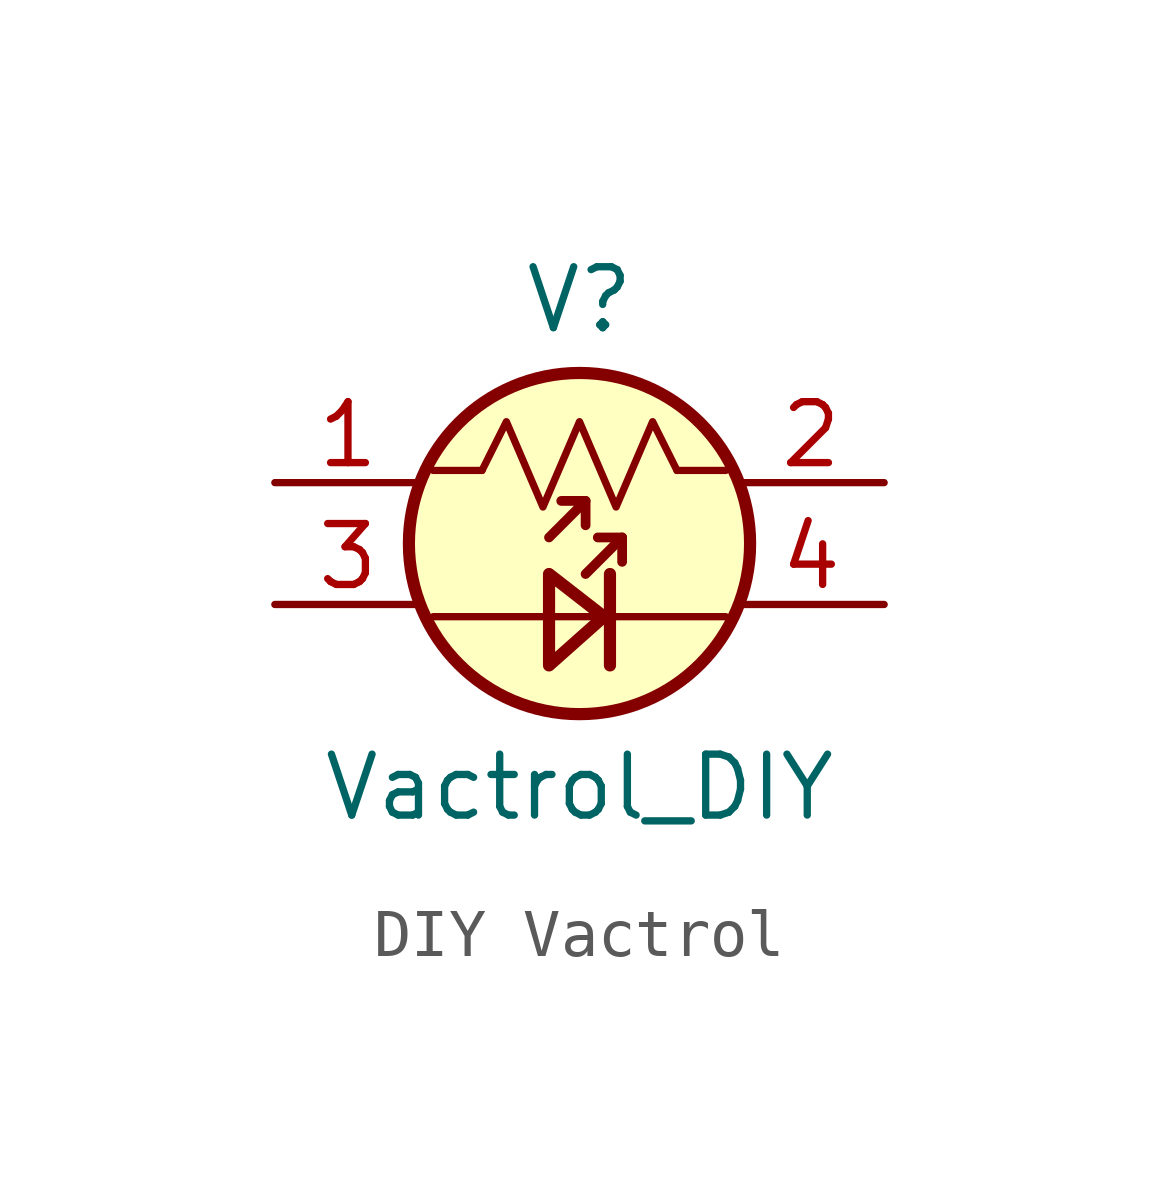
<source format=kicad_sym>
(kicad_symbol_lib
  (version 20220914)
  (generator kicad_symbol_editor)
  (symbol "DIY Vactrol"
    (pin_names
      (offset 0) hide)
    (property "Reference" "V"
      (at 0 5.08 0)
      (effects (font (size 1.27 1.27))))
    (property "Value" "Vactrol_DIY"
      (at 0 -5.08 0)
      (effects (font (size 1.27 1.27))))
    (symbol "DIY Vactrol_0_1"
      (polyline (pts (xy -3.048 -1.524) (xy 3.048 -1.524)) (stroke (width 0) (type default)) (fill (type none)))
      (polyline (pts (xy -3.048 1.524) (xy -2.032 1.524)) (stroke (width 0) (type default)) (fill (type none)))
      (polyline (pts (xy 0.127 0.889) (xy 0.127 0.381)) (stroke (width 0.203) (type default)) (fill (type none)))
      (polyline (pts (xy 0.635 -0.635) (xy 0.635 -2.54)) (stroke (width 0.254) (type default)) (fill (type none)))
      (polyline (pts (xy 0.889 0.127) (xy 0.889 -0.381)) (stroke (width 0.203) (type default)) (fill (type none)))
      (polyline (pts (xy 2.032 1.524) (xy 3.048 1.524)) (stroke (width 0) (type default)) (fill (type none)))
      (polyline (pts (xy -0.635 0.127) (xy 0.127 0.889) (xy -0.381 0.889)) (stroke (width 0.203) (type default)) (fill (type none)))
      (polyline (pts (xy 0.127 -0.635) (xy 0.889 0.127) (xy 0.381 0.127)) (stroke (width 0.203) (type default)) (fill (type none)))
      (polyline (pts (xy -0.635 -0.635) (xy -0.635 -2.54) (xy 0.508 -1.524) (xy -0.635 -0.635)) (stroke (width 0.254) (type default)) (fill (type none)))
      (polyline (pts (xy -2.032 1.524) (xy -1.524 2.54) (xy -0.762 0.762) (xy 0 2.54) (xy 0.762 0.762) (xy 1.524 2.54) (xy 2.032 1.524)) (stroke (width 0) (type default)) (fill (type none)))
      (circle (center 0 0) (radius 3.556) (stroke (width 0.254) (type default)) (fill (type background))))
    (symbol "DIY Vactrol_1_1"
      (pin input line (at -6.35 1.27 0) (length 3.048) (name "AK" (effects (font (size 1.27 1.27)))) (number "1" (effects (font (size 1.27 1.27)))))
      (pin output line (at 6.35 1.27 180) (length 3.048) (name "AK" (effects (font (size 1.27 1.27)))) (number "2" (effects (font (size 1.27 1.27)))))
      (pin input line (at -6.35 -1.27 0) (length 3.048) (name "AK" (effects (font (size 1.27 1.27)))) (number "3" (effects (font (size 1.27 1.27)))))
      (pin output line (at 6.35 -1.27 180) (length 3.048) (name "AK" (effects (font (size 1.27 1.27)))) (number "4" (effects (font (size 1.27 1.27))))))))
</source>
